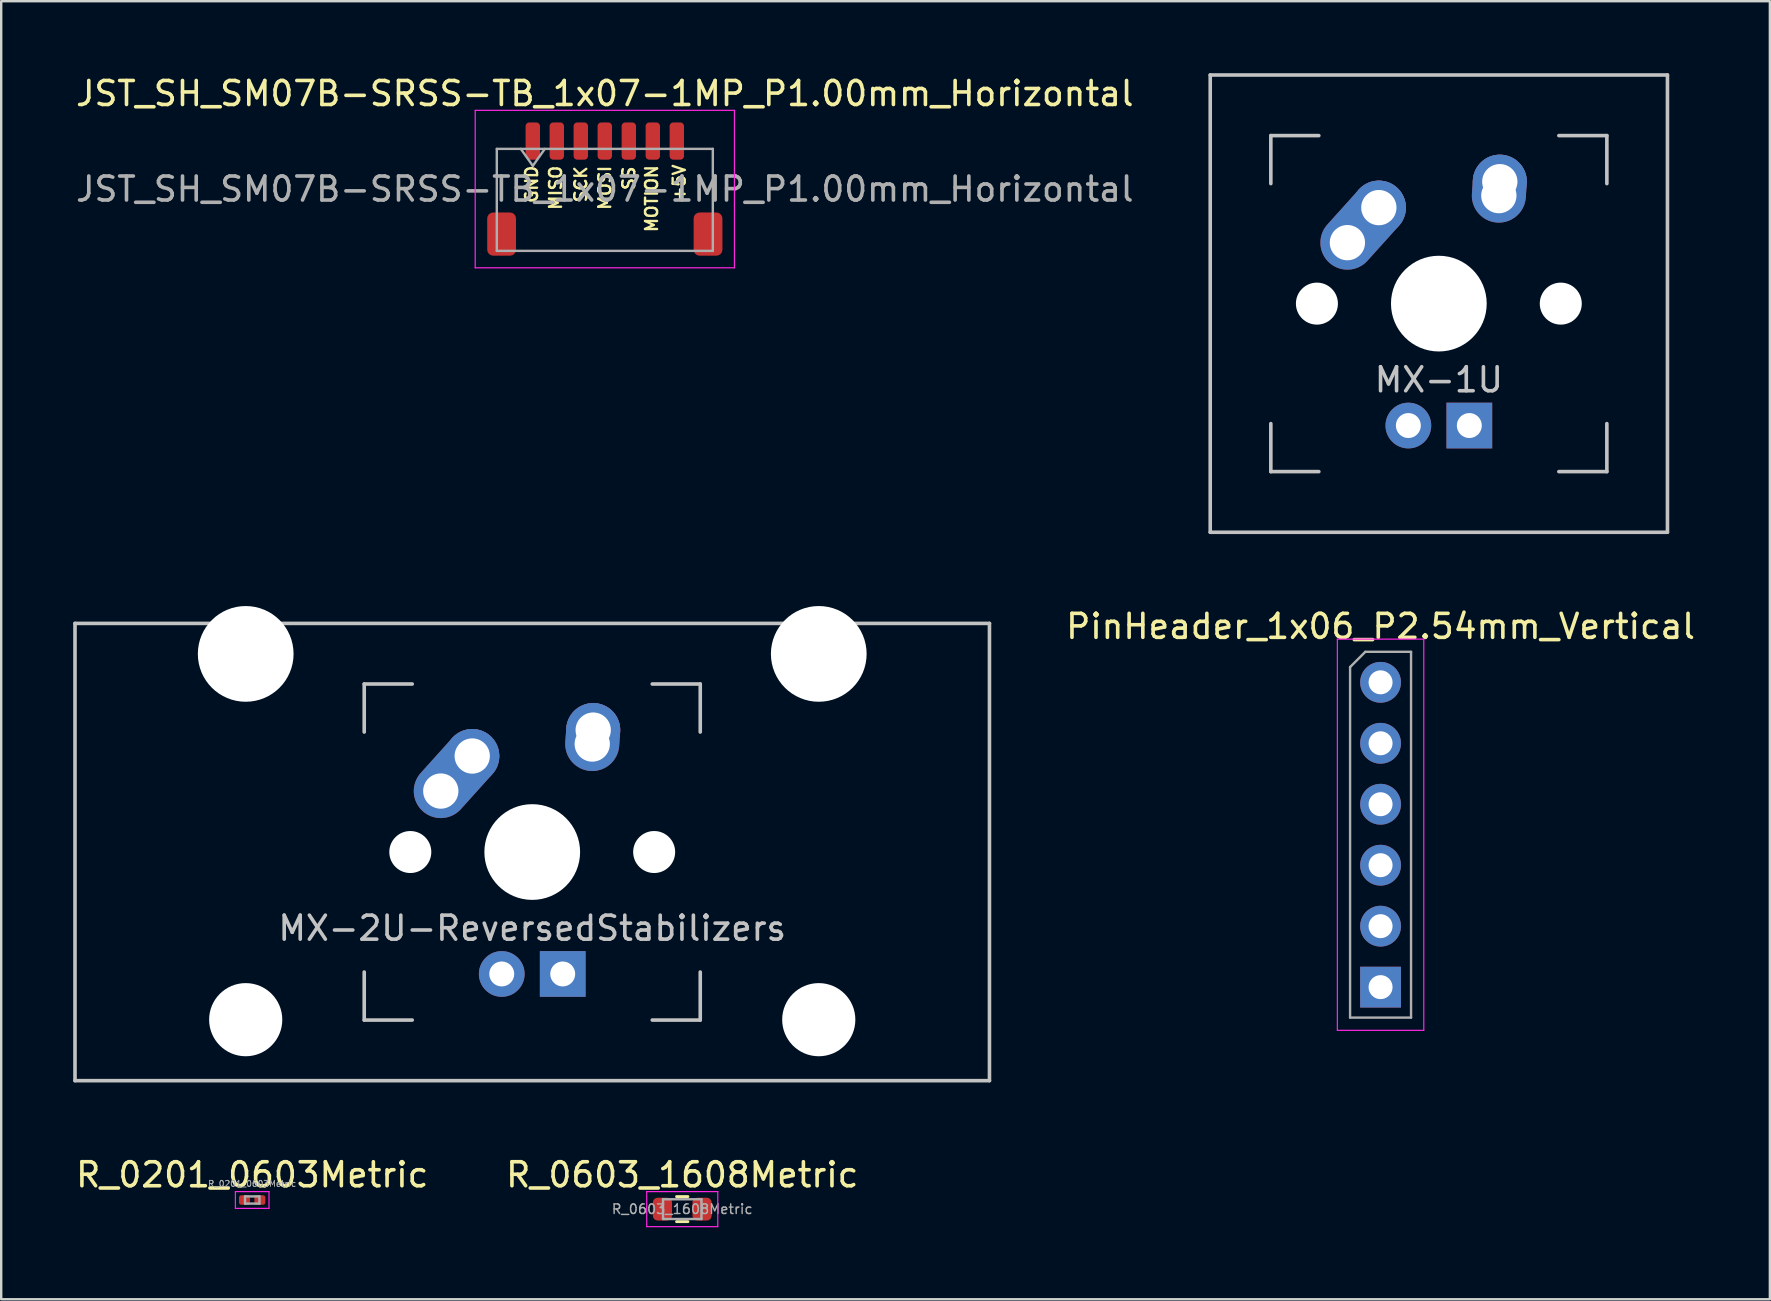
<source format=kicad_pcb>
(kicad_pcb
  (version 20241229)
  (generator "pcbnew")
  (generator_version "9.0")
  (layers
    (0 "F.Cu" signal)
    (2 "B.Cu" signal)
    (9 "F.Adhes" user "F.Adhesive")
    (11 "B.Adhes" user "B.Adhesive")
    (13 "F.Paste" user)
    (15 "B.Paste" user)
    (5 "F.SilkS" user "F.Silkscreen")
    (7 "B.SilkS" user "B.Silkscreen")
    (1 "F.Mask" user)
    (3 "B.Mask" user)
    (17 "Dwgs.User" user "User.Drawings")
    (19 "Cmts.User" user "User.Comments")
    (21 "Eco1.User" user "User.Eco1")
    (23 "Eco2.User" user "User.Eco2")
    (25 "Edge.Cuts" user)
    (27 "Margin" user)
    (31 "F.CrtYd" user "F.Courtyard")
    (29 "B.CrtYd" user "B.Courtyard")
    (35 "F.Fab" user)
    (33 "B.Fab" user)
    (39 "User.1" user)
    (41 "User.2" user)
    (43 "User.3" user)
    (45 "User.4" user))
  (footprint "JST_SH_SM07B-SRSS-TB_1x07-1MP_P1.00mm_Horizontal"
    (layer "F.Cu")
    (at 22.149 4.828)
    (property "Reference" "JST_SH_SM07B-SRSS-TB_1x07-1MP_P1.00mm_Horizontal" (at 0 -3.98 0) (layer "F.SilkS") (effects (font (size 1 1) (thickness 0.15))))
    (attr smd)
    (fp_line (start -5.4 -3.28) (end -5.4 3.28) (stroke (width 0.05) (type solid)) (layer "F.CrtYd"))
    (fp_line (start -5.4 3.28) (end 5.4 3.28) (stroke (width 0.05) (type solid)) (layer "F.CrtYd"))
    (fp_line (start 5.4 -3.28) (end -5.4 -3.28) (stroke (width 0.05) (type solid)) (layer "F.CrtYd"))
    (fp_line (start 5.4 3.28) (end 5.4 -3.28) (stroke (width 0.05) (type solid)) (layer "F.CrtYd"))
    (fp_line (start -4.5 -1.675) (end -4.5 2.575) (stroke (width 0.1) (type solid)) (layer "F.Fab"))
    (fp_line (start -4.5 -1.675) (end 4.5 -1.675) (stroke (width 0.1) (type solid)) (layer "F.Fab"))
    (fp_line (start -4.5 2.575) (end 4.5 2.575) (stroke (width 0.1) (type solid)) (layer "F.Fab"))
    (fp_line (start -3.5 -1.675) (end -3 -0.968) (stroke (width 0.1) (type solid)) (layer "F.Fab"))
    (fp_line (start -3 -0.968) (end -2.5 -1.675) (stroke (width 0.1) (type solid)) (layer "F.Fab"))
    (fp_line (start 4.5 -1.675) (end 4.5 2.575) (stroke (width 0.1) (type solid)) (layer "F.Fab"))
    (fp_text user "MISO" (at -2.05 -0.05 90) (layer "F.SilkS") (effects (font (size 0.5 0.5) (thickness 0.1))))
    (fp_text user "SS" (at 1 -0.45 90) (layer "F.SilkS") (effects (font (size 0.5 0.5) (thickness 0.1))))
    (fp_text user "MOTION" (at 1.95 0.4 90) (layer "F.SilkS") (effects (font (size 0.5 0.5) (thickness 0.1))))
    (fp_text user "+5V" (at 3.1 -0.25 90) (layer "F.SilkS") (effects (font (size 0.5 0.5) (thickness 0.1))))
    (fp_text user "SCK" (at -1 -0.2 90) (layer "F.SilkS") (effects (font (size 0.5 0.5) (thickness 0.1))))
    (fp_text user "GND" (at -3.05 -0.2 90) (layer "F.SilkS") (effects (font (size 0.5 0.5) (thickness 0.1))))
    (fp_text user "MOSI" (at 0 -0.05 90) (layer "F.SilkS") (effects (font (size 0.5 0.5) (thickness 0.1))))
    (fp_text user "${REFERENCE}" (at 0 0 0) (layer "F.Fab") (effects (font (size 1 1) (thickness 0.15))))
    (pad "1" smd roundrect (at -3 -2) (size 0.6 1.55) (layers "F.Cu" "F.Mask" "F.Paste") (roundrect_rratio 0.25))
    (pad "2" smd roundrect (at -2 -2) (size 0.6 1.55) (layers "F.Cu" "F.Mask" "F.Paste") (roundrect_rratio 0.25))
    (pad "3" smd roundrect (at -1 -2) (size 0.6 1.55) (layers "F.Cu" "F.Mask" "F.Paste") (roundrect_rratio 0.25))
    (pad "4" smd roundrect (at 0 -2) (size 0.6 1.55) (layers "F.Cu" "F.Mask" "F.Paste") (roundrect_rratio 0.25))
    (pad "5" smd roundrect (at 1 -2) (size 0.6 1.55) (layers "F.Cu" "F.Mask" "F.Paste") (roundrect_rratio 0.25))
    (pad "6" smd roundrect (at 2 -2) (size 0.6 1.55) (layers "F.Cu" "F.Mask" "F.Paste") (roundrect_rratio 0.25))
    (pad "7" smd roundrect (at 3 -2) (size 0.6 1.55) (layers "F.Cu" "F.Mask" "F.Paste") (roundrect_rratio 0.25))
    (pad "MP" smd roundrect (at -4.3 1.875) (size 1.2 1.8) (layers "F.Cu" "F.Mask" "F.Paste") (roundrect_rratio 0.208))
    (pad "MP" smd roundrect (at 4.3 1.875) (size 1.2 1.8) (layers "F.Cu" "F.Mask" "F.Paste") (roundrect_rratio 0.208)))
  (footprint "R_0201_0603Metric"
    (layer "F.Cu")
    (at 7.458 46.947)
    (property "Reference" "R_0201_0603Metric" (at 0 -1.05 0) (layer "F.SilkS") (effects (font (size 1 1) (thickness 0.15))))
    (attr smd)
    (fp_line (start -0.7 -0.35) (end 0.7 -0.35) (stroke (width 0.05) (type solid)) (layer "F.CrtYd"))
    (fp_line (start -0.7 0.35) (end -0.7 -0.35) (stroke (width 0.05) (type solid)) (layer "F.CrtYd"))
    (fp_line (start 0.7 -0.35) (end 0.7 0.35) (stroke (width 0.05) (type solid)) (layer "F.CrtYd"))
    (fp_line (start 0.7 0.35) (end -0.7 0.35) (stroke (width 0.05) (type solid)) (layer "F.CrtYd"))
    (fp_line (start -0.3 -0.15) (end 0.3 -0.15) (stroke (width 0.1) (type solid)) (layer "F.Fab"))
    (fp_line (start -0.3 0.15) (end -0.3 -0.15) (stroke (width 0.1) (type solid)) (layer "F.Fab"))
    (fp_line (start 0.3 -0.15) (end 0.3 0.15) (stroke (width 0.1) (type solid)) (layer "F.Fab"))
    (fp_line (start 0.3 0.15) (end -0.3 0.15) (stroke (width 0.1) (type solid)) (layer "F.Fab"))
    (fp_text user "${REFERENCE}" (at 0 -0.68 0) (layer "F.Fab") (effects (font (size 0.25 0.25) (thickness 0.04))))
    (pad "" smd roundrect (at -0.345 0) (size 0.318 0.36) (layers "F.Paste") (roundrect_rratio 0.25))
    (pad "" smd roundrect (at 0.345 0) (size 0.318 0.36) (layers "F.Paste") (roundrect_rratio 0.25))
    (pad "1" smd roundrect (at -0.32 0) (size 0.46 0.4) (layers "F.Cu" "F.Mask") (roundrect_rratio 0.25))
    (pad "2" smd roundrect (at 0.32 0) (size 0.46 0.4) (layers "F.Cu" "F.Mask") (roundrect_rratio 0.25)))
  (footprint "R_0603_1608Metric"
    (layer "F.Cu")
    (at 25.375 47.327)
    (property "Reference" "R_0603_1608Metric" (at 0 -1.43 0) (layer "F.SilkS") (effects (font (size 1 1) (thickness 0.15))))
    (attr smd)
    (fp_line (start -0.237 -0.522) (end 0.237 -0.522) (stroke (width 0.12) (type solid)) (layer "F.SilkS"))
    (fp_line (start -0.237 0.522) (end 0.237 0.522) (stroke (width 0.12) (type solid)) (layer "F.SilkS"))
    (fp_line (start -1.48 -0.73) (end 1.48 -0.73) (stroke (width 0.05) (type solid)) (layer "F.CrtYd"))
    (fp_line (start -1.48 0.73) (end -1.48 -0.73) (stroke (width 0.05) (type solid)) (layer "F.CrtYd"))
    (fp_line (start 1.48 -0.73) (end 1.48 0.73) (stroke (width 0.05) (type solid)) (layer "F.CrtYd"))
    (fp_line (start 1.48 0.73) (end -1.48 0.73) (stroke (width 0.05) (type solid)) (layer "F.CrtYd"))
    (fp_line (start -0.8 -0.412) (end 0.8 -0.412) (stroke (width 0.1) (type solid)) (layer "F.Fab"))
    (fp_line (start -0.8 0.412) (end -0.8 -0.412) (stroke (width 0.1) (type solid)) (layer "F.Fab"))
    (fp_line (start 0.8 -0.412) (end 0.8 0.412) (stroke (width 0.1) (type solid)) (layer "F.Fab"))
    (fp_line (start 0.8 0.412) (end -0.8 0.412) (stroke (width 0.1) (type solid)) (layer "F.Fab"))
    (fp_text user "${REFERENCE}" (at 0 0 0) (layer "F.Fab") (effects (font (size 0.4 0.4) (thickness 0.06))))
    (pad "1" smd roundrect (at -0.825 0) (size 0.8 0.95) (layers "F.Cu" "F.Mask" "F.Paste") (roundrect_rratio 0.25))
    (pad "2" smd roundrect (at 0.825 0) (size 0.8 0.95) (layers "F.Cu" "F.Mask" "F.Paste") (roundrect_rratio 0.25)))
  (footprint "MX-2U-ReversedStabilizers"
    (layer "F.Cu")
    (at 19.125 32.449)
    (property "Reference" "MX-2U-ReversedStabilizers" (at 0 3.175 0) (layer "Dwgs.User") (effects (font (size 1 1) (thickness 0.15))))
    (attr through_hole)
    (fp_line (start -19.05 -9.525) (end 19.05 -9.525) (stroke (width 0.15) (type solid)) (layer "Dwgs.User"))
    (fp_line (start -19.05 9.525) (end -19.05 -9.525) (stroke (width 0.15) (type solid)) (layer "Dwgs.User"))
    (fp_line (start -19.05 9.525) (end 19.05 9.525) (stroke (width 0.15) (type solid)) (layer "Dwgs.User"))
    (fp_line (start -7 -7) (end -7 -5) (stroke (width 0.15) (type solid)) (layer "Dwgs.User"))
    (fp_line (start -7 5) (end -7 7) (stroke (width 0.15) (type solid)) (layer "Dwgs.User"))
    (fp_line (start -7 7) (end -5 7) (stroke (width 0.15) (type solid)) (layer "Dwgs.User"))
    (fp_line (start -5 -7) (end -7 -7) (stroke (width 0.15) (type solid)) (layer "Dwgs.User"))
    (fp_line (start 5 -7) (end 7 -7) (stroke (width 0.15) (type solid)) (layer "Dwgs.User"))
    (fp_line (start 5 7) (end 7 7) (stroke (width 0.15) (type solid)) (layer "Dwgs.User"))
    (fp_line (start 7 -7) (end 7 -5) (stroke (width 0.15) (type solid)) (layer "Dwgs.User"))
    (fp_line (start 7 7) (end 7 5) (stroke (width 0.15) (type solid)) (layer "Dwgs.User"))
    (fp_line (start 19.05 -9.525) (end 19.05 9.525) (stroke (width 0.15) (type solid)) (layer "Dwgs.User"))
    (pad "" np_thru_hole circle (at -11.938 -8.255) (size 3.988 3.988) (drill 3.988) (layers "*.Cu" "*.Mask"))
    (pad "" np_thru_hole circle (at -11.938 6.985) (size 3.048 3.048) (drill 3.048) (layers "*.Cu" "*.Mask"))
    (pad "" np_thru_hole circle (at -5.08 0 48.1) (size 1.75 1.75) (drill 1.75) (layers "*.Cu" "*.Mask"))
    (pad "" np_thru_hole circle (at 0 0) (size 3.988 3.988) (drill 3.988) (layers "*.Cu" "*.Mask"))
    (pad "" np_thru_hole circle (at 5.08 0 48.1) (size 1.75 1.75) (drill 1.75) (layers "*.Cu" "*.Mask"))
    (pad "" np_thru_hole circle (at 11.938 -8.255) (size 3.988 3.988) (drill 3.988) (layers "*.Cu" "*.Mask"))
    (pad "" np_thru_hole circle (at 11.938 6.985) (size 3.048 3.048) (drill 3.048) (layers "*.Cu" "*.Mask"))
    (pad "1" thru_hole oval (at -3.81 -2.54 48) (size 4.212 2.25) (drill 1.47 (offset 0.981 0)) (layers "*.Cu" "*.Mask"))
    (pad "1" thru_hole circle (at -2.5 -4) (size 2.25 2.25) (drill 1.47) (layers "*.Cu" "*.Mask"))
    (pad "2" thru_hole oval (at 2.5 -4.5 86) (size 2.831 2.25) (drill 1.47 (offset 0.291 0)) (layers "*.Cu" "*.Mask"))
    (pad "2" thru_hole circle (at 2.54 -5.08) (size 2.25 2.25) (drill 1.47) (layers "*.Cu" "*.Mask"))
    (pad "3" thru_hole circle (at -1.27 5.08) (size 1.905 1.905) (drill 1.04) (layers "*.Cu" "*.Mask"))
    (pad "4" thru_hole rect (at 1.27 5.08) (size 1.905 1.905) (drill 1.04) (layers "*.Cu" "*.Mask")))
  (footprint "MX-1U"
    (layer "F.Cu")
    (at 56.898 9.6)
    (property "Reference" "MX-1U" (at 0 3.175 0) (layer "Dwgs.User") (effects (font (size 1 1) (thickness 0.15))))
    (attr through_hole)
    (fp_line (start -9.525 -9.525) (end 9.525 -9.525) (stroke (width 0.15) (type solid)) (layer "Dwgs.User"))
    (fp_line (start -9.525 9.525) (end -9.525 -9.525) (stroke (width 0.15) (type solid)) (layer "Dwgs.User"))
    (fp_line (start -7 -7) (end -7 -5) (stroke (width 0.15) (type solid)) (layer "Dwgs.User"))
    (fp_line (start -7 5) (end -7 7) (stroke (width 0.15) (type solid)) (layer "Dwgs.User"))
    (fp_line (start -7 7) (end -5 7) (stroke (width 0.15) (type solid)) (layer "Dwgs.User"))
    (fp_line (start -5 -7) (end -7 -7) (stroke (width 0.15) (type solid)) (layer "Dwgs.User"))
    (fp_line (start 5 -7) (end 7 -7) (stroke (width 0.15) (type solid)) (layer "Dwgs.User"))
    (fp_line (start 5 7) (end 7 7) (stroke (width 0.15) (type solid)) (layer "Dwgs.User"))
    (fp_line (start 7 -7) (end 7 -5) (stroke (width 0.15) (type solid)) (layer "Dwgs.User"))
    (fp_line (start 7 7) (end 7 5) (stroke (width 0.15) (type solid)) (layer "Dwgs.User"))
    (fp_line (start 9.525 -9.525) (end 9.525 9.525) (stroke (width 0.15) (type solid)) (layer "Dwgs.User"))
    (fp_line (start 9.525 9.525) (end -9.525 9.525) (stroke (width 0.15) (type solid)) (layer "Dwgs.User"))
    (pad "" np_thru_hole circle (at -5.08 0 48.1) (size 1.75 1.75) (drill 1.75) (layers "*.Cu" "*.Mask"))
    (pad "" np_thru_hole circle (at 0 0) (size 3.988 3.988) (drill 3.988) (layers "*.Cu" "*.Mask"))
    (pad "" np_thru_hole circle (at 5.08 0 48.1) (size 1.75 1.75) (drill 1.75) (layers "*.Cu" "*.Mask"))
    (pad "1" thru_hole oval (at -3.81 -2.54 48) (size 4.212 2.25) (drill 1.47 (offset 0.981 0)) (layers "*.Cu" "*.Mask"))
    (pad "1" thru_hole circle (at -2.5 -4) (size 2.25 2.25) (drill 1.47) (layers "*.Cu" "*.Mask"))
    (pad "2" thru_hole oval (at 2.5 -4.5 86) (size 2.831 2.25) (drill 1.47 (offset 0.291 0)) (layers "*.Cu" "*.Mask"))
    (pad "2" thru_hole circle (at 2.54 -5.08) (size 2.25 2.25) (drill 1.47) (layers "*.Cu" "*.Mask"))
    (pad "3" thru_hole circle (at -1.27 5.08) (size 1.905 1.905) (drill 1.04) (layers "*.Cu" "*.Mask"))
    (pad "4" thru_hole rect (at 1.27 5.08) (size 1.905 1.905) (drill 1.04) (layers "*.Cu" "*.Mask")))
  (footprint "PinHeader_1x06_P2.54mm_Vertical"
    (layer "F.Cu")
    (at 54.47 25.378)
    (property "Reference" "PinHeader_1x06_P2.54mm_Vertical" (at 0 -2.33 0) (layer "F.SilkS") (effects (font (size 1 1) (thickness 0.15))))
    (attr through_hole)
    (fp_line (start -1.8 -1.8) (end -1.8 14.5) (stroke (width 0.05) (type solid)) (layer "F.CrtYd"))
    (fp_line (start -1.8 14.5) (end 1.8 14.5) (stroke (width 0.05) (type solid)) (layer "F.CrtYd"))
    (fp_line (start 1.8 -1.8) (end -1.8 -1.8) (stroke (width 0.05) (type solid)) (layer "F.CrtYd"))
    (fp_line (start 1.8 14.5) (end 1.8 -1.8) (stroke (width 0.05) (type solid)) (layer "F.CrtYd"))
    (fp_line (start -1.27 -0.635) (end -0.635 -1.27) (stroke (width 0.1) (type solid)) (layer "F.Fab"))
    (fp_line (start -1.27 13.97) (end -1.27 -0.635) (stroke (width 0.1) (type solid)) (layer "F.Fab"))
    (fp_line (start -0.635 -1.27) (end 1.27 -1.27) (stroke (width 0.1) (type solid)) (layer "F.Fab"))
    (fp_line (start 1.27 -1.27) (end 1.27 13.97) (stroke (width 0.1) (type solid)) (layer "F.Fab"))
    (fp_line (start 1.27 13.97) (end -1.27 13.97) (stroke (width 0.1) (type solid)) (layer "F.Fab"))
    (pad "1" thru_hole oval (at 0 0) (size 1.7 1.7) (drill 1) (layers "*.Cu" "B.Mask"))
    (pad "2" thru_hole oval (at 0 2.54) (size 1.7 1.7) (drill 1) (layers "*.Cu" "B.Mask"))
    (pad "3" thru_hole oval (at 0 5.08) (size 1.7 1.7) (drill 1) (layers "*.Cu" "B.Mask"))
    (pad "4" thru_hole oval (at 0 7.62) (size 1.7 1.7) (drill 1) (layers "*.Cu" "B.Mask"))
    (pad "5" thru_hole oval (at 0 10.16) (size 1.7 1.7) (drill 1) (layers "*.Cu" "B.Mask"))
    (pad "6" thru_hole rect (at 0 12.7) (size 1.7 1.7) (drill 1) (layers "*.Cu" "B.Mask")))
  (gr_rect
    (start -3 -3)
    (end 70.69 51.082)
    (stroke (width 0.1) (type default))
    (fill no)
    (layer "Edge.Cuts")))
</source>
